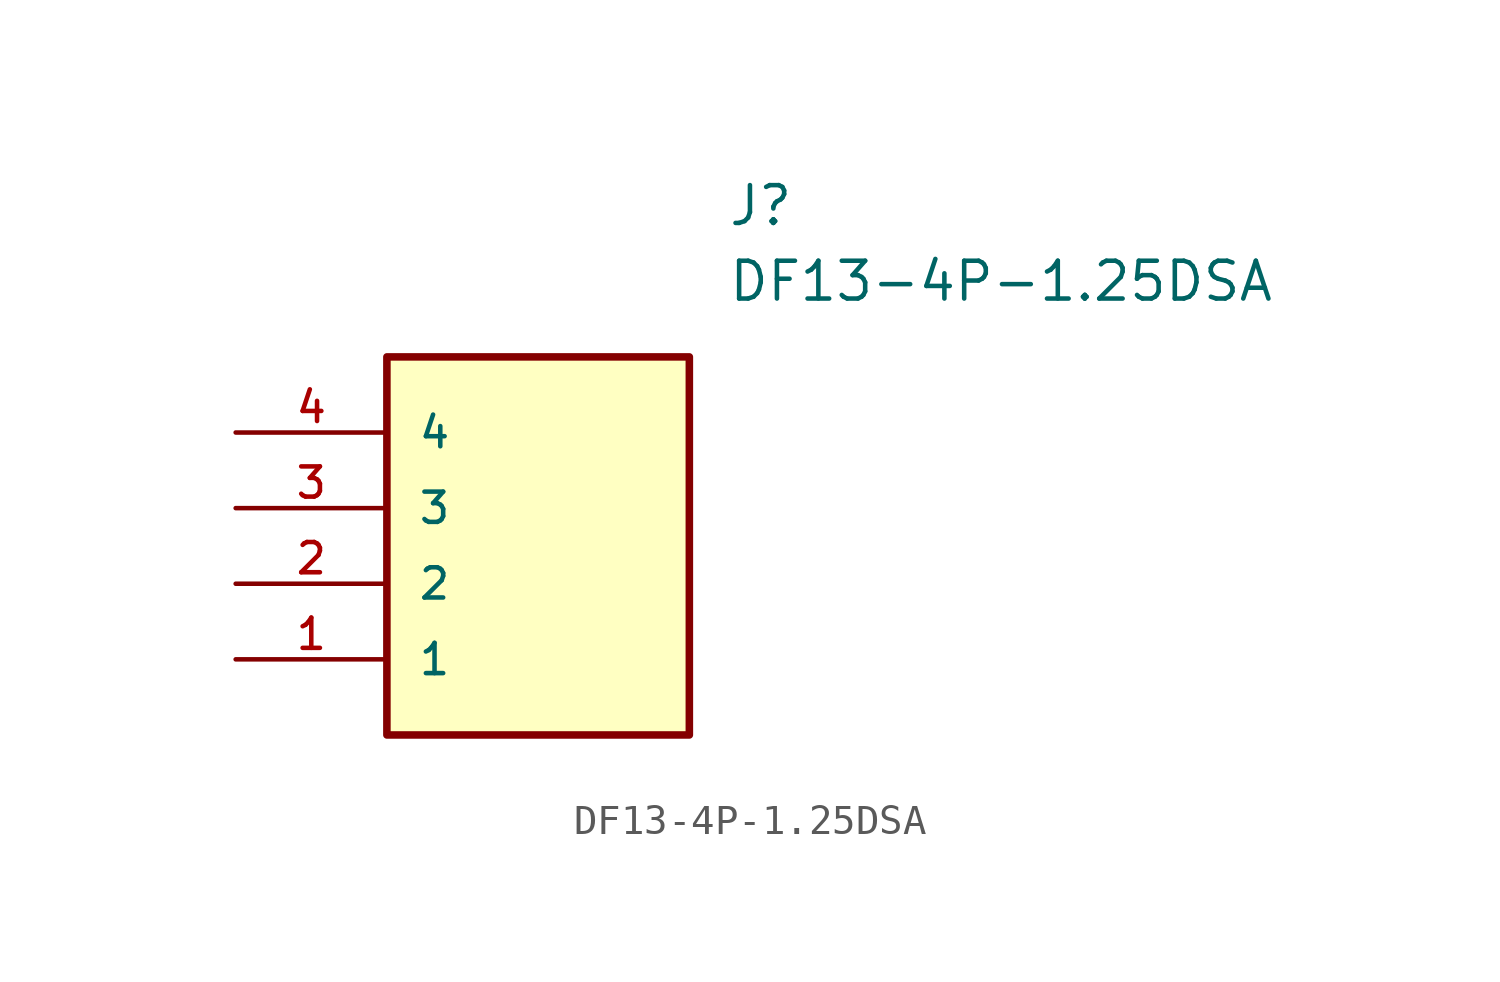
<source format=kicad_sym>
(kicad_symbol_lib
  (version 20211014)
  (generator kicad_symbol_editor)
  (symbol "DF13-4P-1.25DSA"
    (pin_names
      (offset 1.016))
    (property "Reference" "J"
      (at 16.51 7.62 0)
      (effects (font (size 1.27 1.27)) (justify left)))
    (property "Value" "DF13-4P-1.25DSA"
      (at 16.51 5.08 0)
      (effects (font (size 1.27 1.27)) (justify left)))
    (symbol "DF13-4P-1.25DSA_0_0"
      (rectangle (start 5.08 -10.16) (end 15.24 2.54) (stroke (width 0.254)) (fill (type background)))
      (pin bidirectional line (at 0.0 -7.62 0) (length 5.08) (name "1" (effects (font (size 1.016 1.016)))) (number "1" (effects (font (size 1.016 1.016)))))
      (pin bidirectional line (at 0.0 -5.08 0) (length 5.08) (name "2" (effects (font (size 1.016 1.016)))) (number "2" (effects (font (size 1.016 1.016)))))
      (pin bidirectional line (at 0.0 -2.54 0) (length 5.08) (name "3" (effects (font (size 1.016 1.016)))) (number "3" (effects (font (size 1.016 1.016)))))
      (pin bidirectional line (at 0.0 0.0 0) (length 5.08) (name "4" (effects (font (size 1.016 1.016)))) (number "4" (effects (font (size 1.016 1.016))))))))
</source>
